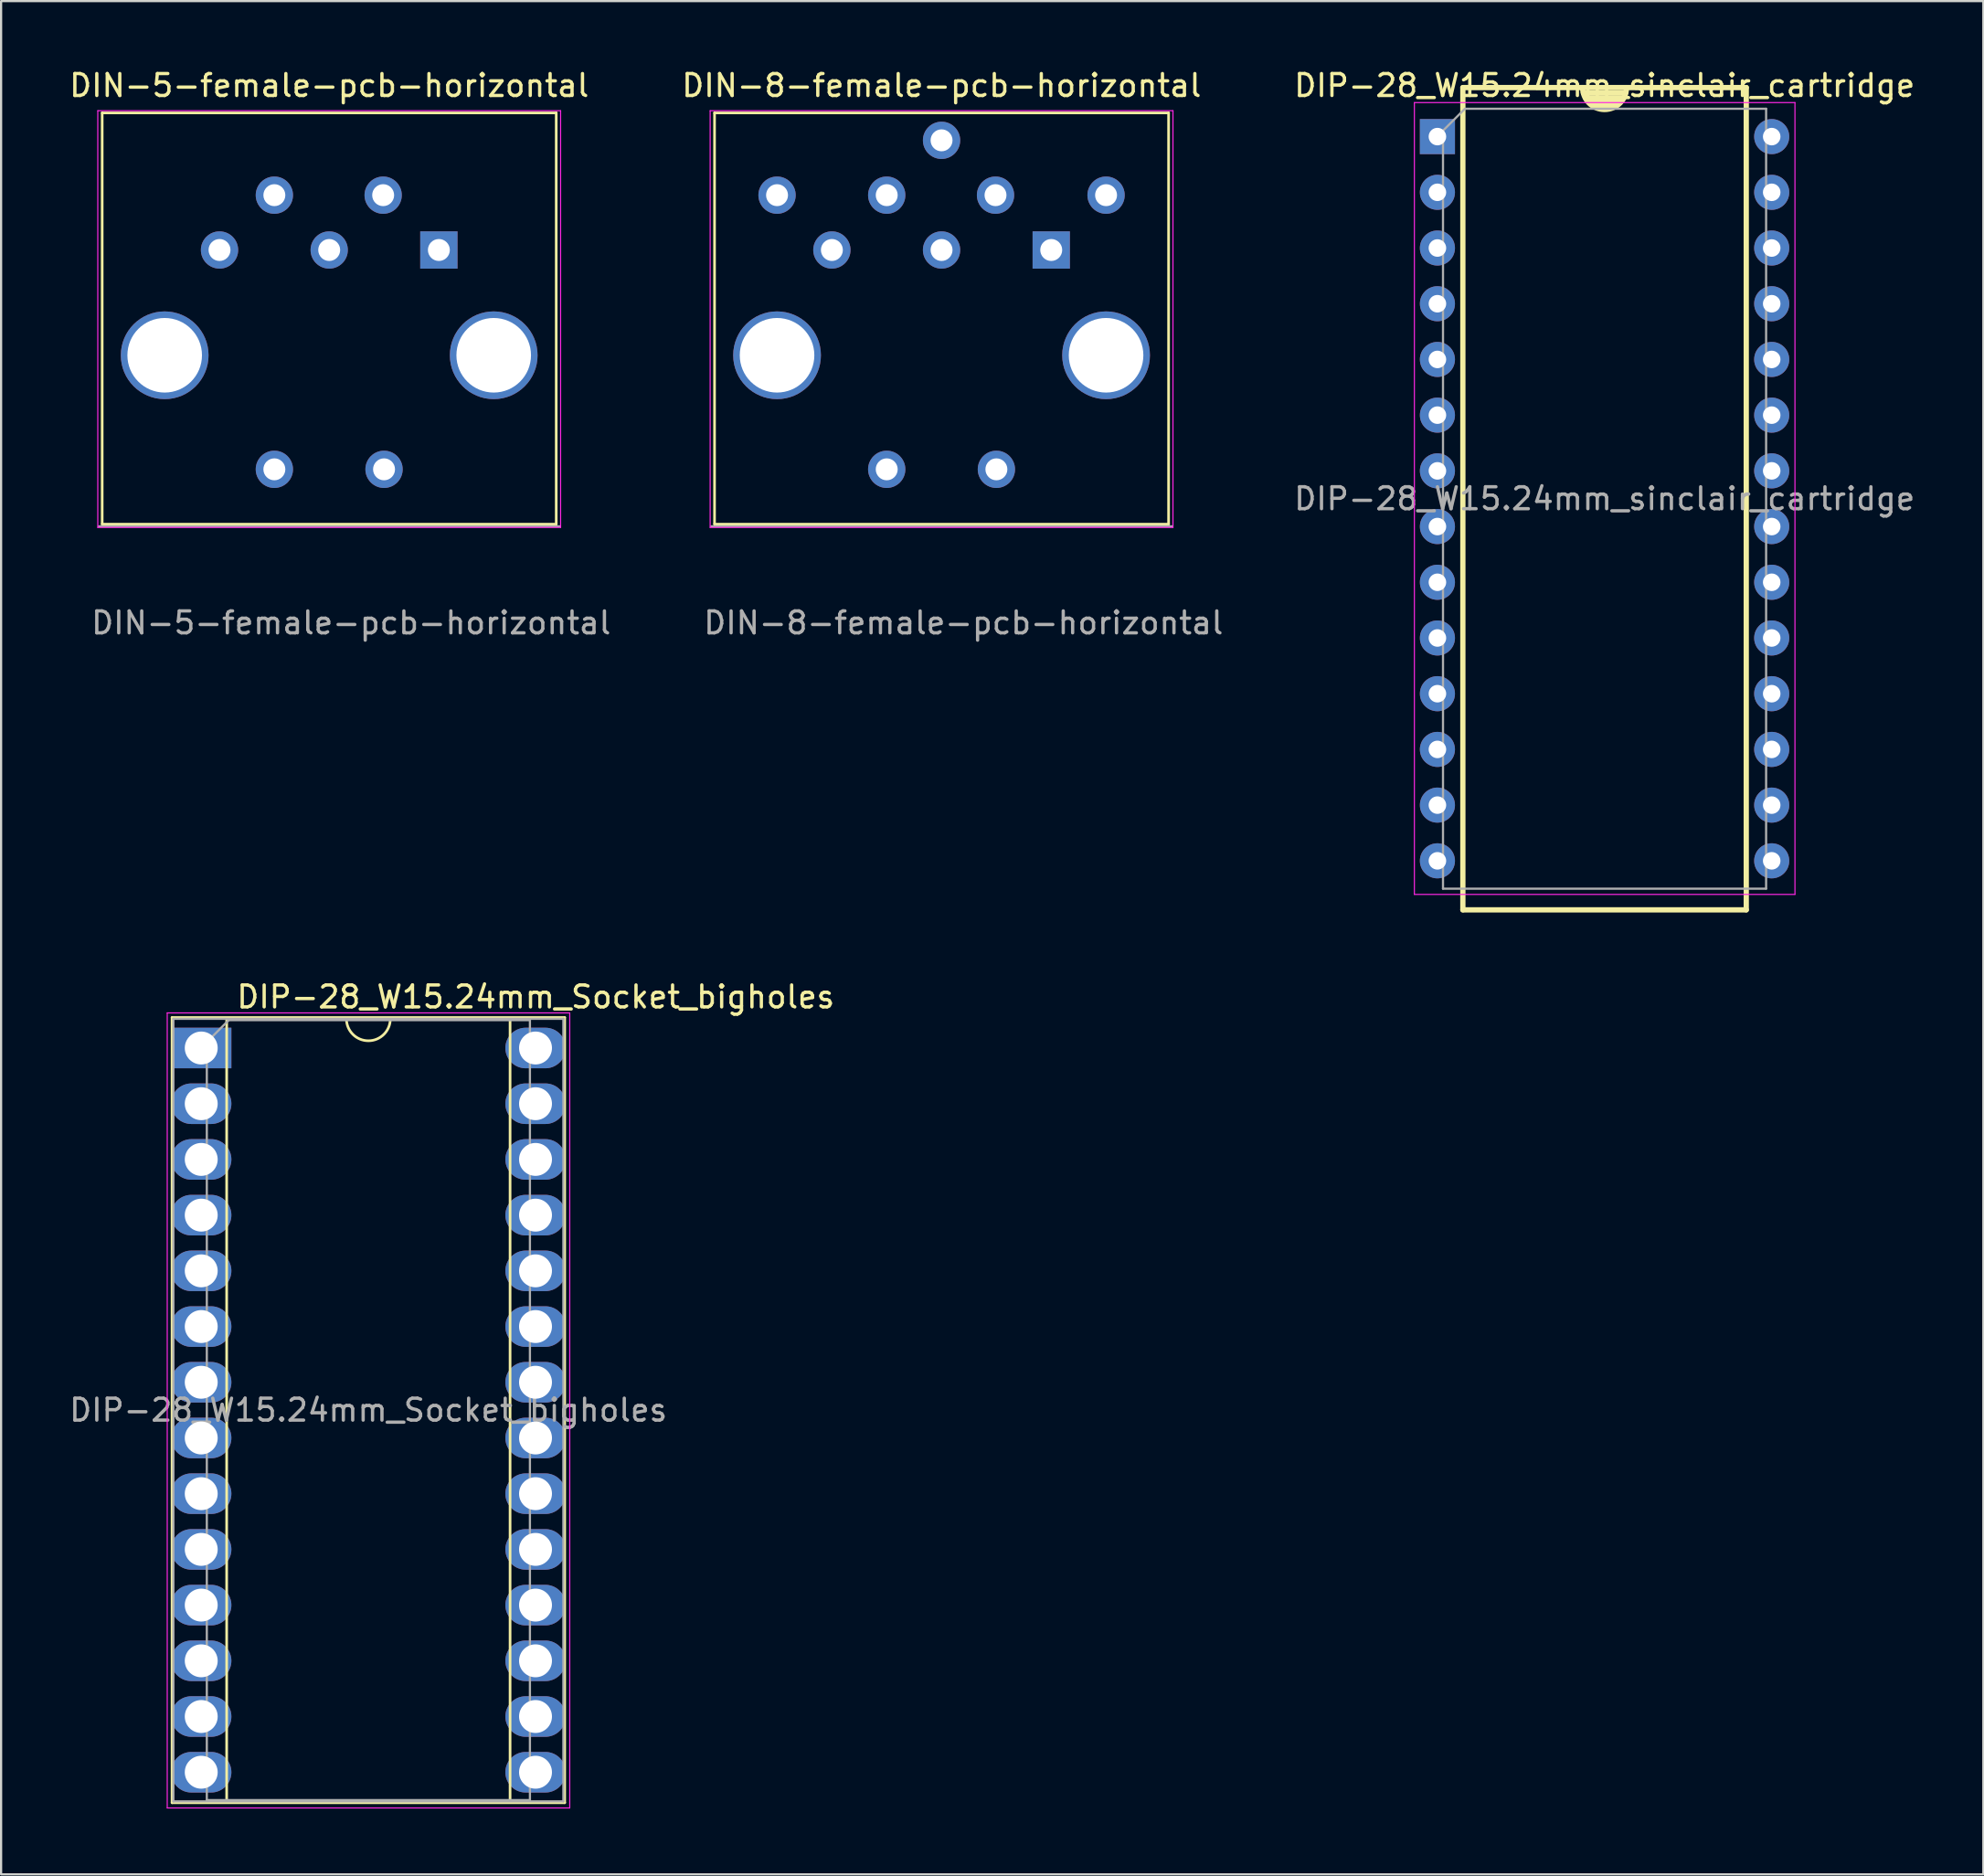
<source format=kicad_pcb>
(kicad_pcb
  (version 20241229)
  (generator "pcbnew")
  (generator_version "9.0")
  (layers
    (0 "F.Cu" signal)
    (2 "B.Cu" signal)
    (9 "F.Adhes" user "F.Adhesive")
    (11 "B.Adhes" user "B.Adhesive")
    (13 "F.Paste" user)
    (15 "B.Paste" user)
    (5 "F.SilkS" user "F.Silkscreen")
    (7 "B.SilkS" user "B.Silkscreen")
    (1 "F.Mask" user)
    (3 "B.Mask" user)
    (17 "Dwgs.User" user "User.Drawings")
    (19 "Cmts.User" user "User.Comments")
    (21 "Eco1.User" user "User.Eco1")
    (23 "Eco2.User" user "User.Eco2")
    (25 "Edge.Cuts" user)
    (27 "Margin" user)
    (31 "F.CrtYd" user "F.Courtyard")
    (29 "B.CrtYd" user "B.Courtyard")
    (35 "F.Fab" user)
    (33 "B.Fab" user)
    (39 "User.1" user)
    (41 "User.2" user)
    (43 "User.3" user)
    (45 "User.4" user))
  (footprint "DIN-8-female-pcb-horizontal"
    (layer "F.Cu")
    (at 42.375 18.348)
    (property "Reference" "DIN-8-female-pcb-horizontal" (at -2.5 -17.5 0) (layer "F.SilkS") (effects (font (size 1 1) (thickness 0.15))))
    (attr through_hole)
    (fp_line (start -12.85 -16.25) (end -12.85 2.5) (stroke (width 0.12) (type solid)) (layer "F.SilkS"))
    (fp_line (start -12.85 -16.25) (end 7.85 -16.25) (stroke (width 0.12) (type solid)) (layer "F.SilkS"))
    (fp_line (start -12.85 2.5) (end 7.85 2.5) (stroke (width 0.12) (type solid)) (layer "F.SilkS"))
    (fp_line (start 7.85 -16.25) (end 7.85 2.5) (stroke (width 0.12) (type solid)) (layer "F.SilkS"))
    (fp_line (start -13.05 -16.35) (end 8.05 -16.35) (stroke (width 0.05) (type solid)) (layer "F.CrtYd"))
    (fp_line (start -13.05 2.65) (end -13.05 -16.35) (stroke (width 0.05) (type solid)) (layer "F.CrtYd"))
    (fp_line (start 8.05 -16.35) (end 8.05 2.65) (stroke (width 0.05) (type solid)) (layer "F.CrtYd"))
    (fp_line (start 8.05 2.65) (end -13.05 2.65) (stroke (width 0.05) (type solid)) (layer "F.CrtYd"))
    (fp_line (start 8 2.6) (end -13 2.6) (stroke (width 0.1) (type solid)) (layer "F.Fab"))
    (fp_text user "${REFERENCE}" (at -1.5 7 0) (layer "F.Fab") (effects (font (size 1 1) (thickness 0.15))))
    (pad "0" thru_hole oval (at -5 0) (size 1.7 1.7) (drill 1) (layers "*.Cu" "*.Mask"))
    (pad "1" thru_hole rect (at 2.5 -10) (size 1.7 1.7) (drill 1) (layers "*.Cu" "*.Mask"))
    (pad "2" thru_hole oval (at -2.5 -10) (size 1.7 1.7) (drill 1) (layers "*.Cu" "*.Mask"))
    (pad "3" thru_hole oval (at -7.5 -10) (size 1.7 1.7) (drill 1) (layers "*.Cu" "*.Mask"))
    (pad "4" thru_hole oval (at -0.04 -12.5) (size 1.7 1.7) (drill 1) (layers "*.Cu" "*.Mask"))
    (pad "5" thru_hole oval (at -5 -12.5) (size 1.7 1.7) (drill 1) (layers "*.Cu" "*.Mask"))
    (pad "6" thru_hole oval (at 5 -12.5) (size 1.7 1.7) (drill 1) (layers "*.Cu" "*.Mask"))
    (pad "7" thru_hole oval (at -10 -12.5) (size 1.7 1.7) (drill 1) (layers "*.Cu" "*.Mask"))
    (pad "8" thru_hole oval (at -2.5 -15) (size 1.7 1.7) (drill 1) (layers "*.Cu" "*.Mask"))
    (pad "9" thru_hole oval (at -10 -5.2) (size 4 4) (drill 3.4) (layers "*.Cu" "*.Mask"))
    (pad "9" thru_hole oval (at 0 0) (size 1.7 1.7) (drill 1) (layers "*.Cu" "*.Mask"))
    (pad "9" thru_hole oval (at 5 -5.2) (size 4 4) (drill 3.4) (layers "*.Cu" "*.Mask")))
  (footprint "DIP-28_W15.24mm_Socket_bigholes"
    (layer "F.Cu")
    (at 6.124 44.732)
    (property "Reference" "DIP-28_W15.24mm_Socket_bigholes" (at 15.25 -2.33 0) (layer "F.SilkS") (effects (font (size 1 1) (thickness 0.15))))
    (attr through_hole)
    (fp_line (start -1.33 -1.39) (end -1.33 34.41) (stroke (width 0.12) (type solid)) (layer "F.SilkS"))
    (fp_line (start -1.33 34.41) (end 16.57 34.41) (stroke (width 0.12) (type solid)) (layer "F.SilkS"))
    (fp_line (start 1.16 -1.33) (end 1.16 34.35) (stroke (width 0.12) (type solid)) (layer "F.SilkS"))
    (fp_line (start 1.16 34.35) (end 14.08 34.35) (stroke (width 0.12) (type solid)) (layer "F.SilkS"))
    (fp_line (start 6.62 -1.33) (end 1.16 -1.33) (stroke (width 0.12) (type solid)) (layer "F.SilkS"))
    (fp_line (start 14.08 -1.33) (end 8.62 -1.33) (stroke (width 0.12) (type solid)) (layer "F.SilkS"))
    (fp_line (start 14.08 34.35) (end 14.08 -1.33) (stroke (width 0.12) (type solid)) (layer "F.SilkS"))
    (fp_line (start 16.57 -1.39) (end -1.33 -1.39) (stroke (width 0.12) (type solid)) (layer "F.SilkS"))
    (fp_line (start 16.57 34.41) (end 16.57 -1.39) (stroke (width 0.12) (type solid)) (layer "F.SilkS"))
    (fp_arc (start 8.62 -1.33) (mid 7.62 -0.33) (end 6.62 -1.33) (stroke (width 0.12) (type solid)) (layer "F.SilkS"))
    (fp_line (start -1.55 -1.6) (end -1.55 34.65) (stroke (width 0.05) (type solid)) (layer "F.CrtYd"))
    (fp_line (start -1.55 34.65) (end 16.8 34.65) (stroke (width 0.05) (type solid)) (layer "F.CrtYd"))
    (fp_line (start 16.8 -1.6) (end -1.55 -1.6) (stroke (width 0.05) (type solid)) (layer "F.CrtYd"))
    (fp_line (start 16.8 34.65) (end 16.8 -1.6) (stroke (width 0.05) (type solid)) (layer "F.CrtYd"))
    (fp_line (start -1.27 -1.33) (end -1.27 34.35) (stroke (width 0.1) (type solid)) (layer "F.Fab"))
    (fp_line (start -1.27 34.35) (end 16.51 34.35) (stroke (width 0.1) (type solid)) (layer "F.Fab"))
    (fp_line (start 0.255 -0.27) (end 1.255 -1.27) (stroke (width 0.1) (type solid)) (layer "F.Fab"))
    (fp_line (start 0.255 34.29) (end 0.255 -0.27) (stroke (width 0.1) (type solid)) (layer "F.Fab"))
    (fp_line (start 1.255 -1.27) (end 14.985 -1.27) (stroke (width 0.1) (type solid)) (layer "F.Fab"))
    (fp_line (start 14.985 -1.27) (end 14.985 34.29) (stroke (width 0.1) (type solid)) (layer "F.Fab"))
    (fp_line (start 14.985 34.29) (end 0.255 34.29) (stroke (width 0.1) (type solid)) (layer "F.Fab"))
    (fp_line (start 16.51 -1.33) (end -1.27 -1.33) (stroke (width 0.1) (type solid)) (layer "F.Fab"))
    (fp_line (start 16.51 34.35) (end 16.51 -1.33) (stroke (width 0.1) (type solid)) (layer "F.Fab"))
    (fp_text user "${REFERENCE}" (at 7.62 16.51 0) (layer "F.Fab") (effects (font (size 1 1) (thickness 0.15))))
    (pad "1" thru_hole rect (at 0 0) (size 2.75 1.85) (drill 1.5) (layers "*.Cu" "*.Mask"))
    (pad "2" thru_hole oval (at 0 2.54) (size 2.75 1.85) (drill 1.5) (layers "*.Cu" "*.Mask"))
    (pad "3" thru_hole oval (at 0 5.08) (size 2.75 1.85) (drill 1.5) (layers "*.Cu" "*.Mask"))
    (pad "4" thru_hole oval (at 0 7.62) (size 2.75 1.85) (drill 1.5) (layers "*.Cu" "*.Mask"))
    (pad "5" thru_hole oval (at 0 10.16) (size 2.75 1.85) (drill 1.5) (layers "*.Cu" "*.Mask"))
    (pad "6" thru_hole oval (at 0 12.7) (size 2.75 1.85) (drill 1.5) (layers "*.Cu" "*.Mask"))
    (pad "7" thru_hole oval (at 0 15.24) (size 2.75 1.85) (drill 1.5) (layers "*.Cu" "*.Mask"))
    (pad "8" thru_hole oval (at 0 17.78) (size 2.75 1.85) (drill 1.5) (layers "*.Cu" "*.Mask"))
    (pad "9" thru_hole oval (at 0 20.32) (size 2.75 1.85) (drill 1.5) (layers "*.Cu" "*.Mask"))
    (pad "10" thru_hole oval (at 0 22.86) (size 2.75 1.85) (drill 1.5) (layers "*.Cu" "*.Mask"))
    (pad "11" thru_hole oval (at 0 25.4) (size 2.75 1.85) (drill 1.5) (layers "*.Cu" "*.Mask"))
    (pad "12" thru_hole oval (at 0 27.94) (size 2.75 1.85) (drill 1.5) (layers "*.Cu" "*.Mask"))
    (pad "13" thru_hole oval (at 0 30.48) (size 2.75 1.85) (drill 1.5) (layers "*.Cu" "*.Mask"))
    (pad "14" thru_hole oval (at 0 33.02) (size 2.75 1.85) (drill 1.5) (layers "*.Cu" "*.Mask"))
    (pad "15" thru_hole oval (at 15.24 33.02) (size 2.75 1.85) (drill 1.5) (layers "*.Cu" "*.Mask"))
    (pad "16" thru_hole oval (at 15.24 30.48) (size 2.75 1.85) (drill 1.5) (layers "*.Cu" "*.Mask"))
    (pad "17" thru_hole oval (at 15.24 27.94) (size 2.75 1.85) (drill 1.5) (layers "*.Cu" "*.Mask"))
    (pad "18" thru_hole oval (at 15.24 25.4) (size 2.75 1.85) (drill 1.5) (layers "*.Cu" "*.Mask"))
    (pad "19" thru_hole oval (at 15.24 22.86) (size 2.75 1.85) (drill 1.5) (layers "*.Cu" "*.Mask"))
    (pad "20" thru_hole oval (at 15.24 20.32) (size 2.75 1.85) (drill 1.5) (layers "*.Cu" "*.Mask"))
    (pad "21" thru_hole oval (at 15.24 17.78) (size 2.75 1.85) (drill 1.5) (layers "*.Cu" "*.Mask"))
    (pad "22" thru_hole oval (at 15.24 15.24) (size 2.75 1.85) (drill 1.5) (layers "*.Cu" "*.Mask"))
    (pad "23" thru_hole oval (at 15.24 12.7) (size 2.75 1.85) (drill 1.5) (layers "*.Cu" "*.Mask"))
    (pad "24" thru_hole oval (at 15.24 10.16) (size 2.75 1.85) (drill 1.5) (layers "*.Cu" "*.Mask"))
    (pad "25" thru_hole oval (at 15.24 7.62) (size 2.75 1.85) (drill 1.5) (layers "*.Cu" "*.Mask"))
    (pad "26" thru_hole oval (at 15.24 5.08) (size 2.75 1.85) (drill 1.5) (layers "*.Cu" "*.Mask"))
    (pad "27" thru_hole oval (at 15.24 2.54) (size 2.75 1.85) (drill 1.5) (layers "*.Cu" "*.Mask"))
    (pad "28" thru_hole oval (at 15.24 0) (size 2.75 1.85) (drill 1.5) (layers "*.Cu" "*.Mask")))
  (footprint "DIN-5-female-pcb-horizontal"
    (layer "F.Cu")
    (at 14.458 18.348)
    (property "Reference" "DIN-5-female-pcb-horizontal" (at -2.5 -17.5 0) (layer "F.SilkS") (effects (font (size 1 1) (thickness 0.15))))
    (attr through_hole)
    (fp_line (start -12.85 -16.25) (end -12.85 2.5) (stroke (width 0.12) (type solid)) (layer "F.SilkS"))
    (fp_line (start -12.85 -16.25) (end 7.85 -16.25) (stroke (width 0.12) (type solid)) (layer "F.SilkS"))
    (fp_line (start -12.85 2.5) (end 7.85 2.5) (stroke (width 0.12) (type solid)) (layer "F.SilkS"))
    (fp_line (start 7.85 -16.25) (end 7.85 2.5) (stroke (width 0.12) (type solid)) (layer "F.SilkS"))
    (fp_line (start -13.05 -16.35) (end 8.05 -16.35) (stroke (width 0.05) (type solid)) (layer "F.CrtYd"))
    (fp_line (start -13.05 2.65) (end -13.05 -16.35) (stroke (width 0.05) (type solid)) (layer "F.CrtYd"))
    (fp_line (start 8.05 -16.35) (end 8.05 2.65) (stroke (width 0.05) (type solid)) (layer "F.CrtYd"))
    (fp_line (start 8.05 2.65) (end -13.05 2.65) (stroke (width 0.05) (type solid)) (layer "F.CrtYd"))
    (fp_line (start 8 2.6) (end -13 2.6) (stroke (width 0.1) (type solid)) (layer "F.Fab"))
    (fp_text user "${REFERENCE}" (at -1.5 7 0) (layer "F.Fab") (effects (font (size 1 1) (thickness 0.15))))
    (pad "0" thru_hole oval (at -5 0) (size 1.7 1.7) (drill 1) (layers "*.Cu" "*.Mask"))
    (pad "1" thru_hole rect (at 2.5 -10) (size 1.7 1.7) (drill 1) (layers "*.Cu" "*.Mask"))
    (pad "2" thru_hole oval (at -2.5 -10) (size 1.7 1.7) (drill 1) (layers "*.Cu" "*.Mask"))
    (pad "3" thru_hole oval (at -7.5 -10) (size 1.7 1.7) (drill 1) (layers "*.Cu" "*.Mask"))
    (pad "4" thru_hole oval (at -0.04 -12.5) (size 1.7 1.7) (drill 1) (layers "*.Cu" "*.Mask"))
    (pad "5" thru_hole oval (at -5 -12.5) (size 1.7 1.7) (drill 1) (layers "*.Cu" "*.Mask"))
    (pad "9" thru_hole oval (at -10 -5.2) (size 4 4) (drill 3.4) (layers "*.Cu" "*.Mask"))
    (pad "9" thru_hole oval (at 0 0) (size 1.7 1.7) (drill 1) (layers "*.Cu" "*.Mask"))
    (pad "9" thru_hole oval (at 5 -5.2) (size 4 4) (drill 3.4) (layers "*.Cu" "*.Mask")))
  (footprint "DIP-28_W15.24mm_sinclair_cartridge"
    (layer "F.Cu")
    (at 62.481 3.178)
    (property "Reference" "DIP-28_W15.24mm_sinclair_cartridge" (at 7.62 -2.33 180) (layer "F.SilkS") (effects (font (size 1 1) (thickness 0.15))))
    (attr through_hole)
    (fp_line (start 1.16 -2.235) (end 1.16 35.255) (stroke (width 0.24) (type solid)) (layer "F.SilkS"))
    (fp_line (start 1.16 35.255) (end 14.08 35.255) (stroke (width 0.24) (type solid)) (layer "F.SilkS"))
    (fp_line (start 6.62 -2.235) (end 1.16 -2.235) (stroke (width 0.24) (type solid)) (layer "F.SilkS"))
    (fp_line (start 6.62 -2.235) (end 8.62 -2.235) (stroke (width 0.24) (type solid)) (layer "F.SilkS"))
    (fp_line (start 6.655 -1.997) (end 8.585 -1.997) (stroke (width 0.24) (type solid)) (layer "F.SilkS"))
    (fp_line (start 6.756 -1.769) (end 8.484 -1.769) (stroke (width 0.24) (type solid)) (layer "F.SilkS"))
    (fp_line (start 6.909 -1.566) (end 8.331 -1.566) (stroke (width 0.24) (type solid)) (layer "F.SilkS"))
    (fp_line (start 7.176 -1.413) (end 8.065 -1.413) (stroke (width 0.24) (type solid)) (layer "F.SilkS"))
    (fp_line (start 14.08 -2.235) (end 8.62 -2.235) (stroke (width 0.24) (type solid)) (layer "F.SilkS"))
    (fp_line (start 14.08 35.255) (end 14.08 -2.235) (stroke (width 0.24) (type solid)) (layer "F.SilkS"))
    (fp_arc (start 8.62 -2.2352) (mid 7.62 -1.2352) (end 6.62 -2.2352) (stroke (width 0.24) (type solid)) (layer "F.SilkS"))
    (fp_line (start -1.05 -1.55) (end -1.05 34.55) (stroke (width 0.05) (type solid)) (layer "F.CrtYd"))
    (fp_line (start -1.05 34.55) (end 16.3 34.55) (stroke (width 0.05) (type solid)) (layer "F.CrtYd"))
    (fp_line (start 16.3 -1.55) (end -1.05 -1.55) (stroke (width 0.05) (type solid)) (layer "F.CrtYd"))
    (fp_line (start 16.3 34.55) (end 16.3 -1.55) (stroke (width 0.05) (type solid)) (layer "F.CrtYd"))
    (fp_line (start 0.255 -0.27) (end 1.255 -1.27) (stroke (width 0.1) (type solid)) (layer "F.Fab"))
    (fp_line (start 0.255 34.29) (end 0.255 -0.27) (stroke (width 0.1) (type solid)) (layer "F.Fab"))
    (fp_line (start 1.255 -1.27) (end 14.985 -1.27) (stroke (width 0.1) (type solid)) (layer "F.Fab"))
    (fp_line (start 14.985 -1.27) (end 14.985 34.29) (stroke (width 0.1) (type solid)) (layer "F.Fab"))
    (fp_line (start 14.985 34.29) (end 0.255 34.29) (stroke (width 0.1) (type solid)) (layer "F.Fab"))
    (fp_text user "${REFERENCE}" (at 7.62 16.51 180) (layer "F.Fab") (effects (font (size 1 1) (thickness 0.15))))
    (pad "1" thru_hole rect (at 0 0) (size 1.6 1.6) (drill 0.8) (layers "*.Cu" "*.Mask"))
    (pad "2" thru_hole oval (at 0 2.54) (size 1.6 1.6) (drill 0.8) (layers "*.Cu" "*.Mask"))
    (pad "3" thru_hole oval (at 0 5.08) (size 1.6 1.6) (drill 0.8) (layers "*.Cu" "*.Mask"))
    (pad "4" thru_hole oval (at 0 7.62) (size 1.6 1.6) (drill 0.8) (layers "*.Cu" "*.Mask"))
    (pad "5" thru_hole oval (at 0 10.16) (size 1.6 1.6) (drill 0.8) (layers "*.Cu" "*.Mask"))
    (pad "6" thru_hole oval (at 0 12.7) (size 1.6 1.6) (drill 0.8) (layers "*.Cu" "*.Mask"))
    (pad "7" thru_hole oval (at 0 15.24) (size 1.6 1.6) (drill 0.8) (layers "*.Cu" "*.Mask"))
    (pad "8" thru_hole oval (at 0 17.78) (size 1.6 1.6) (drill 0.8) (layers "*.Cu" "*.Mask"))
    (pad "9" thru_hole oval (at 0 20.32) (size 1.6 1.6) (drill 0.8) (layers "*.Cu" "*.Mask"))
    (pad "10" thru_hole oval (at 0 22.86) (size 1.6 1.6) (drill 0.8) (layers "*.Cu" "*.Mask"))
    (pad "11" thru_hole oval (at 0 25.4) (size 1.6 1.6) (drill 0.8) (layers "*.Cu" "*.Mask"))
    (pad "12" thru_hole oval (at 0 27.94) (size 1.6 1.6) (drill 0.8) (layers "*.Cu" "*.Mask"))
    (pad "13" thru_hole oval (at 0 30.48) (size 1.6 1.6) (drill 0.8) (layers "*.Cu" "*.Mask"))
    (pad "14" thru_hole oval (at 0 33.02) (size 1.6 1.6) (drill 0.8) (layers "*.Cu" "*.Mask"))
    (pad "15" thru_hole oval (at 15.24 33.02) (size 1.6 1.6) (drill 0.8) (layers "*.Cu" "*.Mask"))
    (pad "16" thru_hole oval (at 15.24 30.48) (size 1.6 1.6) (drill 0.8) (layers "*.Cu" "*.Mask"))
    (pad "17" thru_hole oval (at 15.24 27.94) (size 1.6 1.6) (drill 0.8) (layers "*.Cu" "*.Mask"))
    (pad "18" thru_hole oval (at 15.24 25.4) (size 1.6 1.6) (drill 0.8) (layers "*.Cu" "*.Mask"))
    (pad "19" thru_hole oval (at 15.24 22.86) (size 1.6 1.6) (drill 0.8) (layers "*.Cu" "*.Mask"))
    (pad "20" thru_hole oval (at 15.24 20.32) (size 1.6 1.6) (drill 0.8) (layers "*.Cu" "*.Mask"))
    (pad "21" thru_hole oval (at 15.24 17.78) (size 1.6 1.6) (drill 0.8) (layers "*.Cu" "*.Mask"))
    (pad "22" thru_hole oval (at 15.24 15.24) (size 1.6 1.6) (drill 0.8) (layers "*.Cu" "*.Mask"))
    (pad "23" thru_hole oval (at 15.24 12.7) (size 1.6 1.6) (drill 0.8) (layers "*.Cu" "*.Mask"))
    (pad "24" thru_hole oval (at 15.24 10.16) (size 1.6 1.6) (drill 0.8) (layers "*.Cu" "*.Mask"))
    (pad "25" thru_hole oval (at 15.24 7.62) (size 1.6 1.6) (drill 0.8) (layers "*.Cu" "*.Mask"))
    (pad "26" thru_hole oval (at 15.24 5.08) (size 1.6 1.6) (drill 0.8) (layers "*.Cu" "*.Mask"))
    (pad "27" thru_hole oval (at 15.24 2.54) (size 1.6 1.6) (drill 0.8) (layers "*.Cu" "*.Mask"))
    (pad "28" thru_hole oval (at 15.24 0) (size 1.6 1.6) (drill 0.8) (layers "*.Cu" "*.Mask")))
  (gr_rect
    (start -3 -3)
    (end 87.369 82.407)
    (stroke (width 0.1) (type default))
    (fill no)
    (layer "Edge.Cuts")))
</source>
